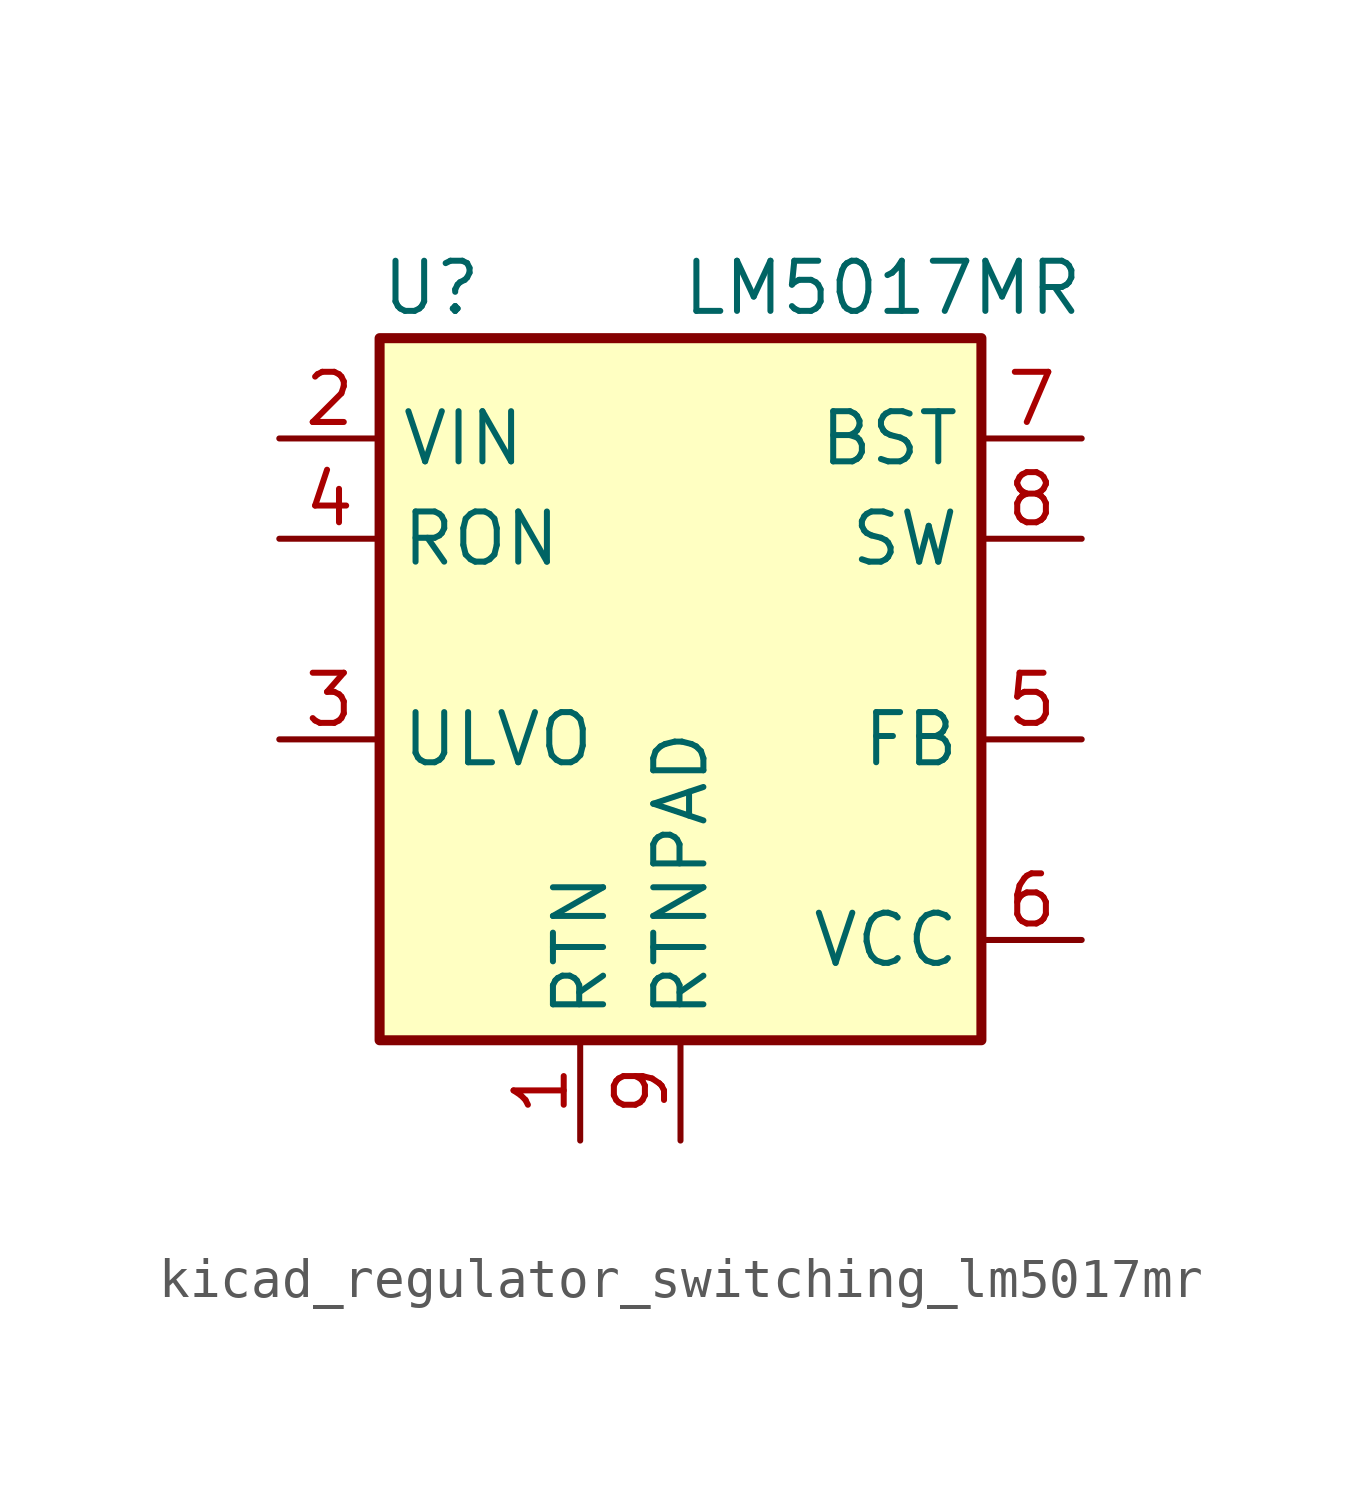
<source format=kicad_sym>
(kicad_symbol_lib
  (version 20220914)
  (generator kicad_symbol_editor)
  (symbol "kicad_regulator_switching_lm5017mr"
    (property "Reference" "U"
      (at -7.62 8.89 0)
      (effects (font (size 1.27 1.27)) (justify left)))
    (property "Value" "LM5017MR"
      (at 0 8.89 0)
      (effects (font (size 1.27 1.27)) (justify left)))
    (symbol "kicad_regulator_switching_lm5017mr_0_1"
      (rectangle (start -7.62 7.62) (end 7.62 -10.16) (stroke (width 0.254) (type default)) (fill (type background))))
    (symbol "kicad_regulator_switching_lm5017mr_1_1"
      (pin power_in line (at -2.54 -12.7 90) (length 2.54) (name "RTN" (effects (font (size 1.27 1.27)))) (number "1" (effects (font (size 1.27 1.27)))))
      (pin power_in line (at -10.16 5.08 0) (length 2.54) (name "VIN" (effects (font (size 1.27 1.27)))) (number "2" (effects (font (size 1.27 1.27)))))
      (pin input line (at -10.16 -2.54 0) (length 2.54) (name "ULVO" (effects (font (size 1.27 1.27)))) (number "3" (effects (font (size 1.27 1.27)))))
      (pin input line (at -10.16 2.54 0) (length 2.54) (name "RON" (effects (font (size 1.27 1.27)))) (number "4" (effects (font (size 1.27 1.27)))))
      (pin input line (at 10.16 -2.54 180) (length 2.54) (name "FB" (effects (font (size 1.27 1.27)))) (number "5" (effects (font (size 1.27 1.27)))))
      (pin output line (at 10.16 -7.62 180) (length 2.54) (name "VCC" (effects (font (size 1.27 1.27)))) (number "6" (effects (font (size 1.27 1.27)))))
      (pin input line (at 10.16 5.08 180) (length 2.54) (name "BST" (effects (font (size 1.27 1.27)))) (number "7" (effects (font (size 1.27 1.27)))))
      (pin output line (at 10.16 2.54 180) (length 2.54) (name "SW" (effects (font (size 1.27 1.27)))) (number "8" (effects (font (size 1.27 1.27)))))
      (pin power_in line (at 0 -12.7 90) (length 2.54) (name "RTNPAD" (effects (font (size 1.27 1.27)))) (number "9" (effects (font (size 1.27 1.27))))))))
</source>
